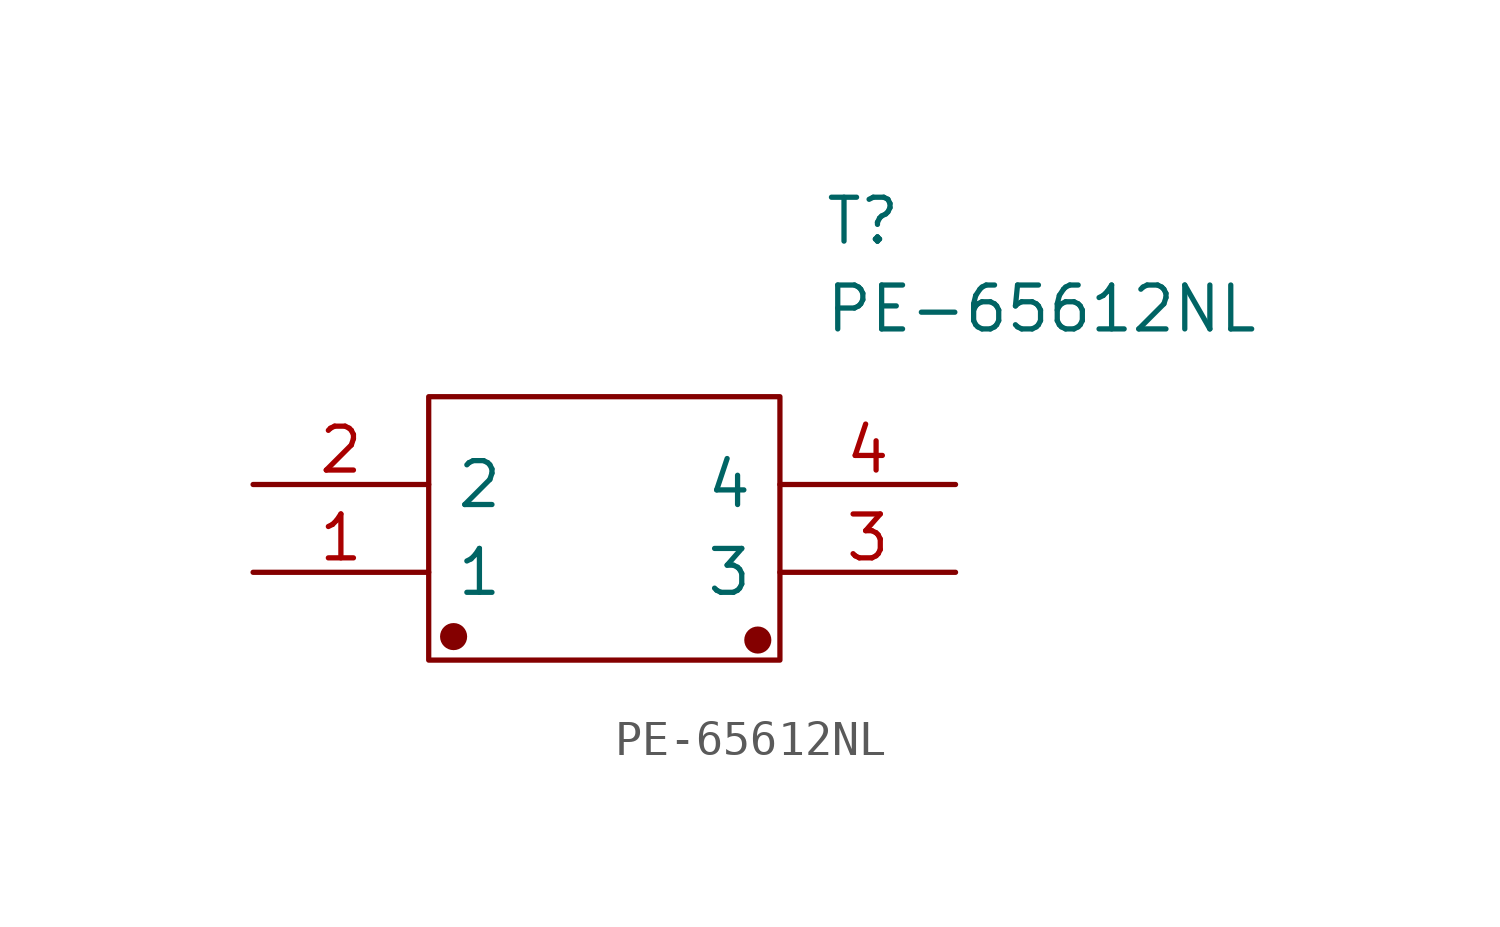
<source format=kicad_sym>
(kicad_symbol_lib
  (version 20211014)
  (generator kicad_symbol_editor)
  (symbol "PE-65612NL"
    (pin_names
      (offset 0.762))
    (property "Reference" "T"
      (at 16.51 7.62 0)
      (effects (font (size 1.27 1.27)) (justify left)))
    (property "Value" "PE-65612NL"
      (at 16.51 5.08 0)
      (effects (font (size 1.27 1.27)) (justify left)))
    (symbol "PE-65612NL_0_0"
      (pin passive line (at 0 -2.54 0) (length 5.08) (name "1" (effects (font (size 1.27 1.27)))) (number "1" (effects (font (size 1.27 1.27)))))
      (pin passive line (at 0 0 0) (length 5.08) (name "2" (effects (font (size 1.27 1.27)))) (number "2" (effects (font (size 1.27 1.27)))))
      (pin passive line (at 20.32 -2.54 180) (length 5.08) (name "3" (effects (font (size 1.27 1.27)))) (number "3" (effects (font (size 1.27 1.27)))))
      (pin passive line (at 20.32 0 180) (length 5.08) (name "4" (effects (font (size 1.27 1.27)))) (number "4" (effects (font (size 1.27 1.27))))))
    (symbol "PE-65612NL_0_1"
      (polyline (pts (xy 5.08 2.54) (xy 15.24 2.54) (xy 15.24 -5.08) (xy 5.08 -5.08) (xy 5.08 2.54)) (stroke (width 0.152) (type default) (color 0 0 0 0)) (fill (type none)))
      (circle (center 5.8 -4.4) (radius 0.316) (stroke (width 0) (type default) (color 0 0 0 0)) (fill (type outline)))
      (circle (center 14.6 -4.5) (radius 0.316) (stroke (width 0) (type default) (color 0 0 0 0)) (fill (type outline))))))
</source>
